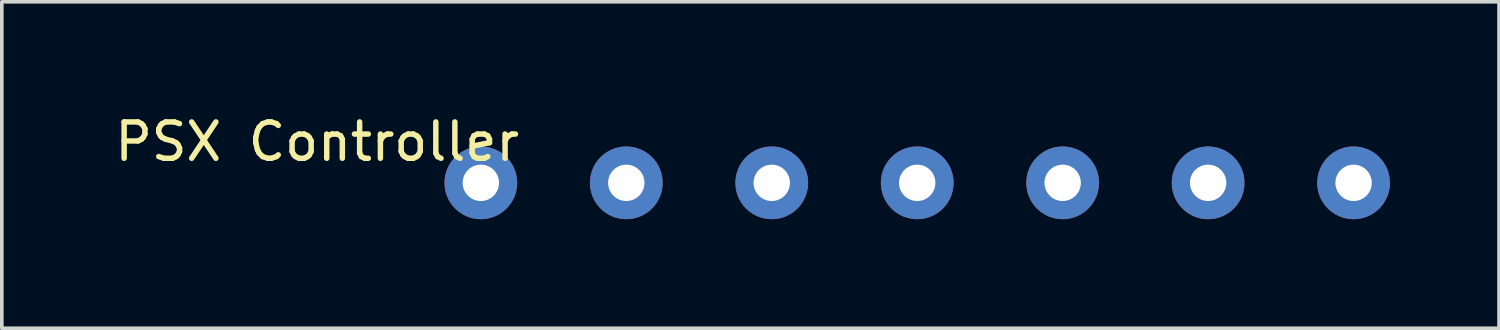
<source format=kicad_pcb>
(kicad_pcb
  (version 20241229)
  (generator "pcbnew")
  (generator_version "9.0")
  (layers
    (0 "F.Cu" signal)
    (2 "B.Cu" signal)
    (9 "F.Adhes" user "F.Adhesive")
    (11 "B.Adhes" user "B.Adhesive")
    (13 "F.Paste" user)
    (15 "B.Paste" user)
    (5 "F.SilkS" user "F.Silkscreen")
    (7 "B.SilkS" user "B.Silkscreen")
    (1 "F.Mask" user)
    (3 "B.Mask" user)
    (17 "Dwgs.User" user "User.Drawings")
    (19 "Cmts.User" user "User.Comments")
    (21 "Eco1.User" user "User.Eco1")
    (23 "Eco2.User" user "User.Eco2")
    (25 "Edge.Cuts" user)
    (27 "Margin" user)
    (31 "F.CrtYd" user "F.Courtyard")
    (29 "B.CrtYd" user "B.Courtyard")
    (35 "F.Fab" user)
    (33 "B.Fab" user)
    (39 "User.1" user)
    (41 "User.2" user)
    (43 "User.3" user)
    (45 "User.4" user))
  (footprint "PSX Controller"
    (layer "F.Cu")
    (at 10.173 1.978)
    (property "Reference" "PSX Controller" (at -4.5 -1.13 0) (layer "F.SilkS") (effects (font (size 1 1) (thickness 0.15))))
    (attr through_hole)
    (pad "1" thru_hole circle (at 0 0) (size 2 2) (drill 1) (layers "*.Cu" "*.Mask"))
    (pad "2" thru_hole circle (at 4 0) (size 2 2) (drill 1) (layers "*.Cu" "*.Mask"))
    (pad "3" thru_hole circle (at 8 0) (size 2 2) (drill 1) (layers "*.Cu" "*.Mask"))
    (pad "4" thru_hole circle (at 12 0) (size 2 2) (drill 1) (layers "*.Cu" "*.Mask"))
    (pad "5" thru_hole circle (at 16 0) (size 2 2) (drill 1) (layers "*.Cu" "*.Mask"))
    (pad "6" thru_hole circle (at 20 0) (size 2 2) (drill 1) (layers "*.Cu" "*.Mask"))
    (pad "7" thru_hole circle (at 24 0) (size 2 2) (drill 1) (layers "*.Cu" "*.Mask")))
  (gr_rect
    (start -3 -3)
    (end 38.173 5.978)
    (stroke (width 0.1) (type default))
    (fill no)
    (layer "Edge.Cuts")))
</source>
